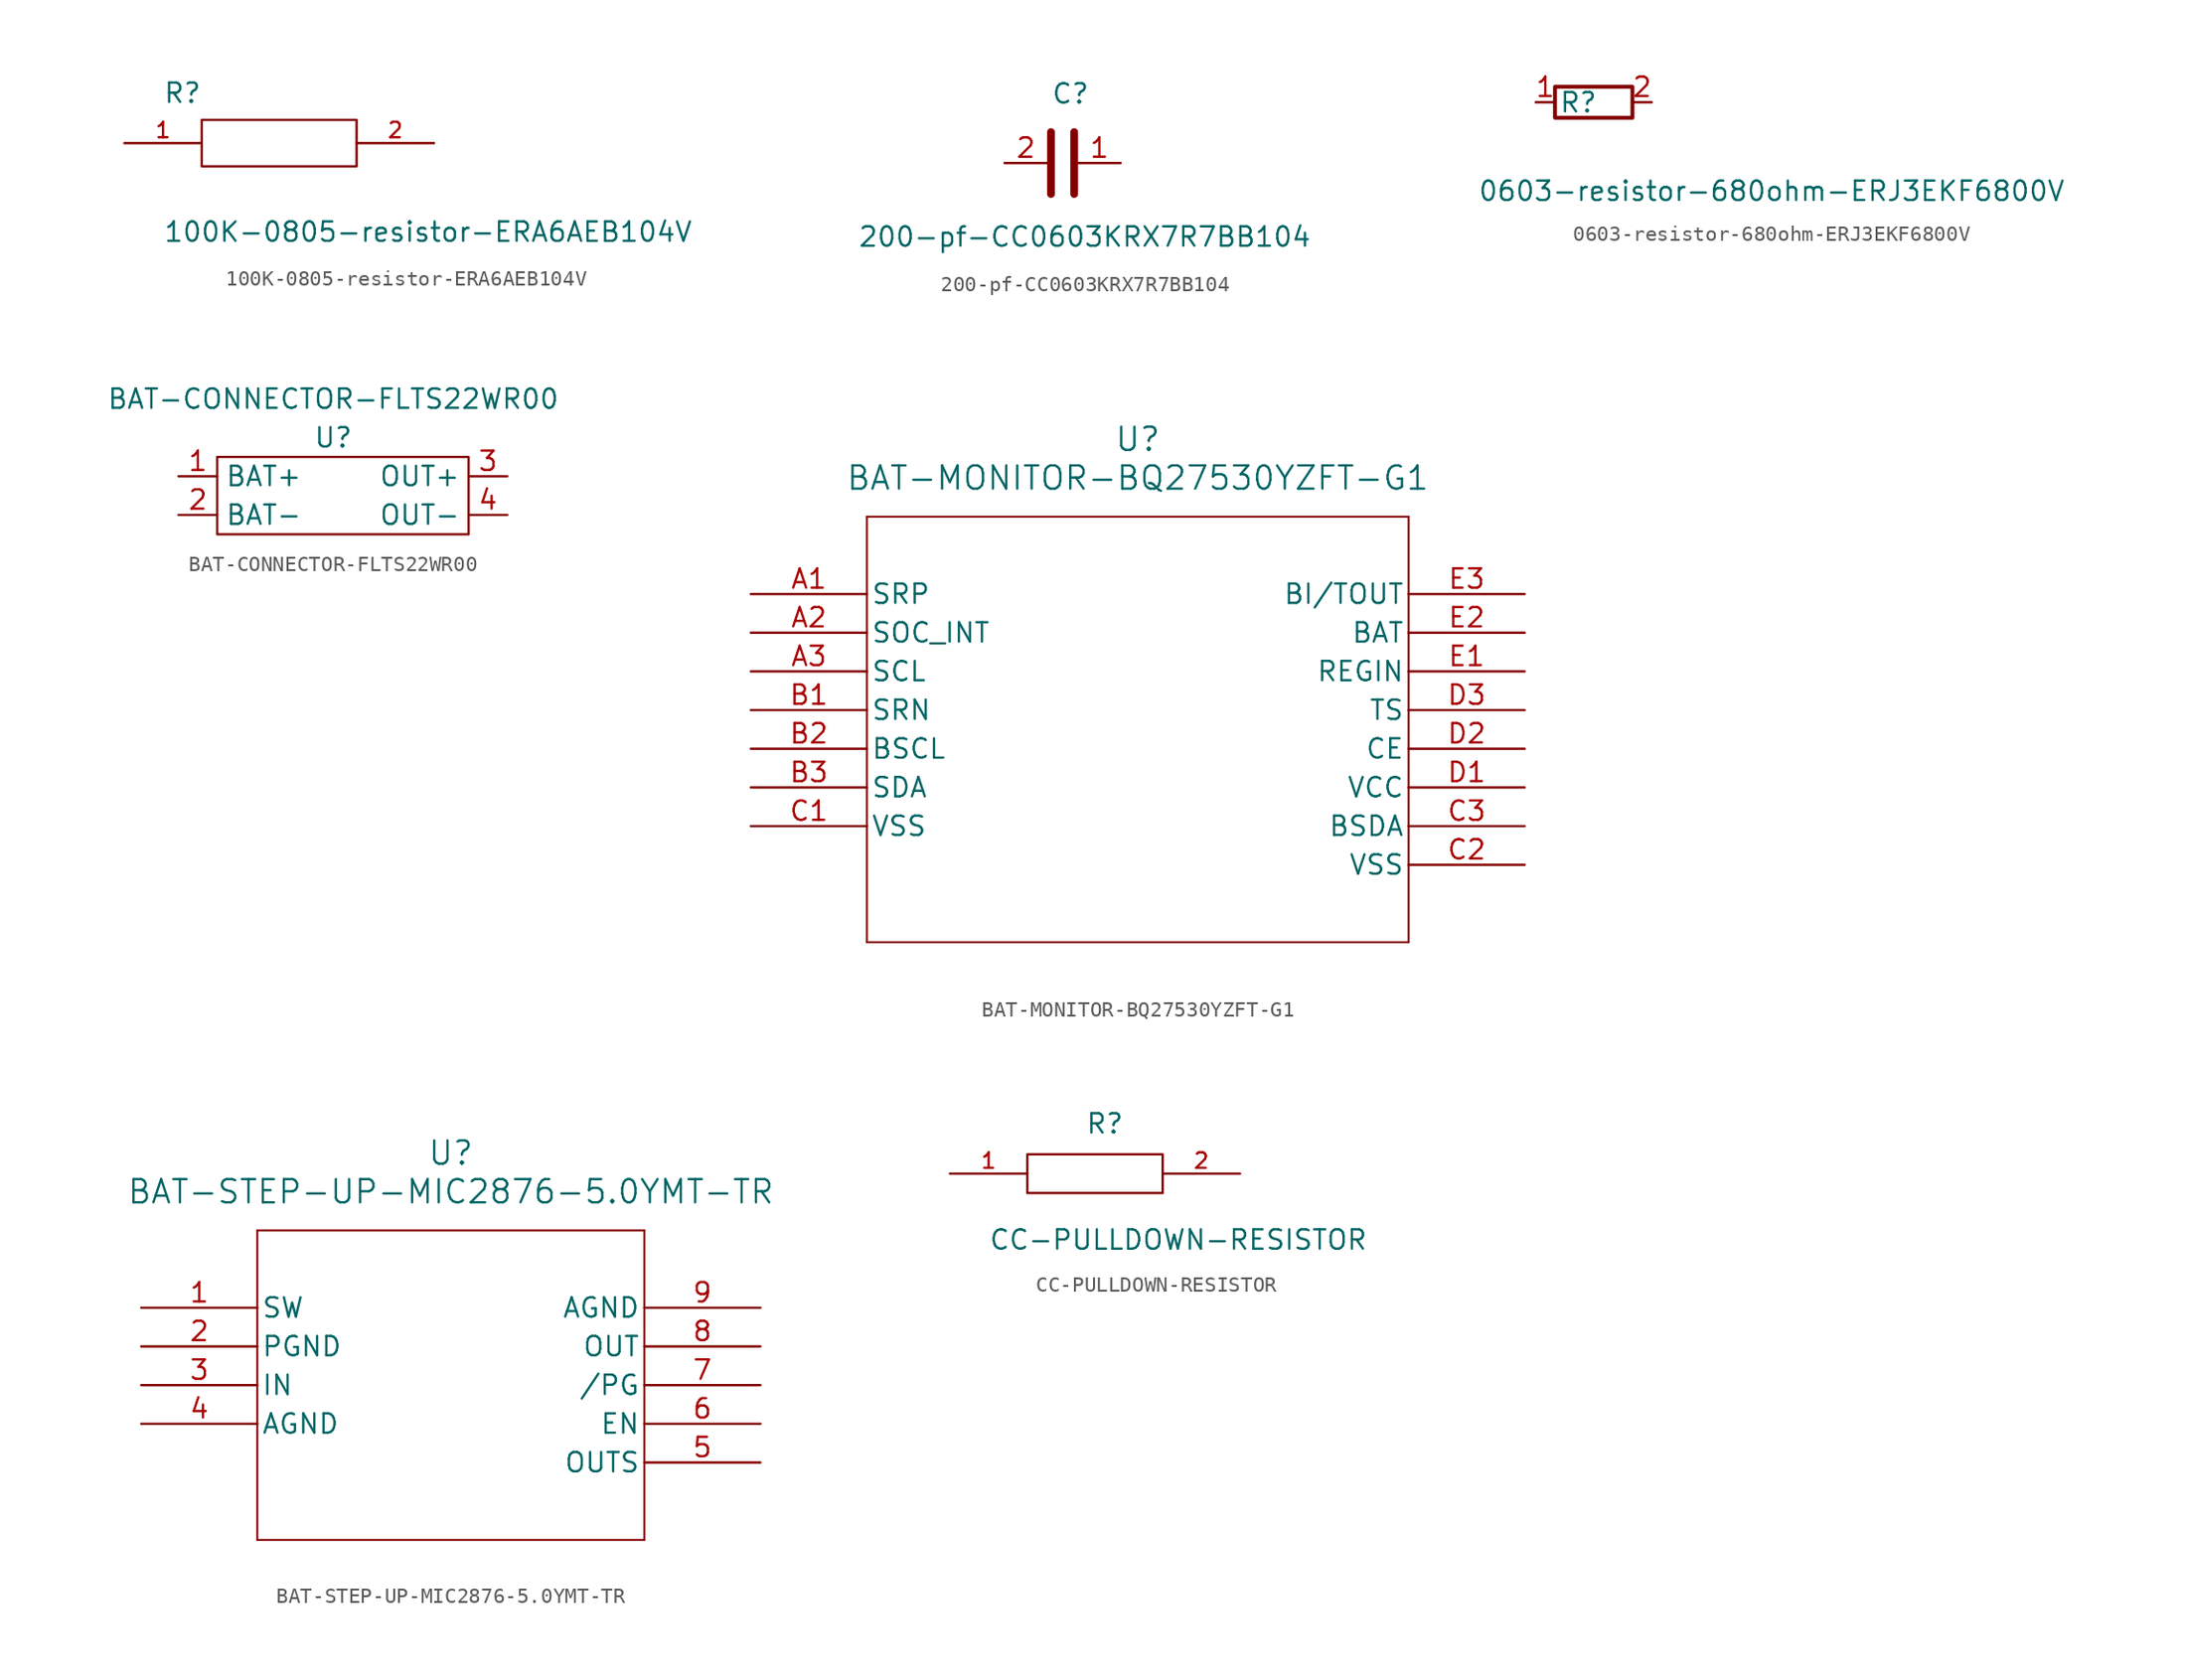
<source format=kicad_sym>
(kicad_symbol_lib
  (version 20241209)
  (generator "kicad_symbol_editor")
  (generator_version "9.0")
  (symbol "100K-0805-resistor-ERA6AEB104V"
    (pin_names
      (offset 1.016))
    (property "Reference" "R"
      (at -7.624 2.541 0)
      (effects (font (size 1.27 1.27)) (justify left bottom)))
    (property "Value" "100K-0805-resistor-ERA6AEB104V"
      (at -7.624 -5.087 0)
      (effects (font (size 1.27 1.27)) (justify left top)))
    (symbol "100K-0805-resistor-ERA6AEB104V_0_0"
      (pin passive line (at -10.16 0 0) (length 5.08) (name "~" (effects (font (size 1.016 1.016)))) (number "1" (effects (font (size 1.016 1.016)))))
      (pin passive line (at 10.16 0 180) (length 5.08) (name "~" (effects (font (size 1.016 1.016)))) (number "2" (effects (font (size 1.016 1.016))))))
    (symbol "100K-0805-resistor-ERA6AEB104V_0_1"
      (rectangle (start -5.08 1.524) (end 5.08 -1.524) (stroke (width 0) (type default)) (fill (type none)))))
  (symbol "200-pf-CC0603KRX7R7BB104"
    (pin_names
      (offset 1.016))
    (property "Reference" "C"
      (at -0.762 3.81 0)
      (effects (font (size 1.27 1.27)) (justify left bottom)))
    (property "Value" "200-pf-CC0603KRX7R7BB104"
      (at -13.462 -5.588 0)
      (effects (font (size 1.27 1.27)) (justify left bottom)))
    (symbol "200-pf-CC0603KRX7R7BB104_0_1"
      (polyline (pts (xy -0.762 2.032) (xy -0.762 -2.032)) (stroke (width 0.508) (type default)) (fill (type none)))
      (polyline (pts (xy 0.762 2.032) (xy 0.762 -2.032)) (stroke (width 0.508) (type default)) (fill (type none))))
    (symbol "200-pf-CC0603KRX7R7BB104_1_1"
      (pin passive line (at -3.81 0 0) (length 2.794) (name "~" (effects (font (size 1.27 1.27)))) (number "2" (effects (font (size 1.27 1.27)))))
      (pin passive line (at 3.81 0 180) (length 2.794) (name "~" (effects (font (size 1.27 1.27)))) (number "1" (effects (font (size 1.27 1.27)))))))
  (symbol "0603-resistor-680ohm-ERJ3EKF6800V"
    (pin_names
      (offset 1.016))
    (property "Reference" "R"
      (at -2.286 -0.762 0)
      (effects (font (size 1.27 1.27)) (justify left bottom)))
    (property "Value" "0603-resistor-680ohm-ERJ3EKF6800V"
      (at -7.624 -5.087 0)
      (effects (font (size 1.27 1.27)) (justify left top)))
    (symbol "0603-resistor-680ohm-ERJ3EKF6800V_0_1"
      (rectangle (start 2.54 -1.016) (end -2.54 1.016) (stroke (width 0.254) (type default)) (fill (type none))))
    (symbol "0603-resistor-680ohm-ERJ3EKF6800V_1_1"
      (pin passive line (at -3.81 0 0) (length 1.27) (name "~" (effects (font (size 1.27 1.27)))) (number "1" (effects (font (size 1.27 1.27)))))
      (pin passive line (at 3.81 0 180) (length 1.27) (name "~" (effects (font (size 1.27 1.27)))) (number "2" (effects (font (size 1.27 1.27)))))))
  (symbol "BAT-CONNECTOR-FLTS22WR00"
    (property "Reference" "U"
      (at 0 0 0)
      (effects (font (size 1.27 1.27))))
    (property "Value" "BAT-CONNECTOR-FLTS22WR00"
      (at 0 2.54 0)
      (effects (font (size 1.27 1.27))))
    (symbol "BAT-CONNECTOR-FLTS22WR00_0_1"
      (rectangle (start -7.62 -1.27) (end 8.89 -6.35) (stroke (width 0) (type default)) (fill (type none))))
    (symbol "BAT-CONNECTOR-FLTS22WR00_1_1"
      (pin passive line (at -10.16 -2.54 0) (length 2.54) (name "BAT+" (effects (font (size 1.27 1.27)))) (number "1" (effects (font (size 1.27 1.27)))))
      (pin passive line (at -10.16 -5.08 0) (length 2.54) (name "BAT-" (effects (font (size 1.27 1.27)))) (number "2" (effects (font (size 1.27 1.27)))))
      (pin passive line (at 11.43 -2.54 180) (length 2.54) (name "OUT+" (effects (font (size 1.27 1.27)))) (number "3" (effects (font (size 1.27 1.27)))))
      (pin passive line (at 11.43 -5.08 180) (length 2.54) (name "OUT-" (effects (font (size 1.27 1.27)))) (number "4" (effects (font (size 1.27 1.27)))))))
  (symbol "BAT-MONITOR-BQ27530YZFT-G1"
    (pin_names
      (offset 0.254))
    (property "Reference" "U"
      (at 25.4 10.16 0)
      (effects (font (size 1.524 1.524))))
    (property "Value" "BAT-MONITOR-BQ27530YZFT-G1"
      (at 25.4 7.62 0)
      (effects (font (size 1.524 1.524))))
    (symbol "BAT-MONITOR-BQ27530YZFT-G1_0_1"
      (polyline (pts (xy 7.62 5.08) (xy 7.62 -22.86)) (stroke (width 0.127) (type default)) (fill (type none)))
      (polyline (pts (xy 7.62 -22.86) (xy 43.18 -22.86)) (stroke (width 0.127) (type default)) (fill (type none)))
      (polyline (pts (xy 43.18 5.08) (xy 7.62 5.08)) (stroke (width 0.127) (type default)) (fill (type none)))
      (polyline (pts (xy 43.18 -22.86) (xy 43.18 5.08)) (stroke (width 0.127) (type default)) (fill (type none)))
      (pin input line (at 0 0 0) (length 7.62) (name "SRP" (effects (font (size 1.27 1.27)))) (number "A1" (effects (font (size 1.27 1.27)))))
      (pin bidirectional line (at 0 -2.54 0) (length 7.62) (name "SOC_INT" (effects (font (size 1.27 1.27)))) (number "A2" (effects (font (size 1.27 1.27)))))
      (pin input line (at 0 -5.08 0) (length 7.62) (name "SCL" (effects (font (size 1.27 1.27)))) (number "A3" (effects (font (size 1.27 1.27)))))
      (pin input line (at 0 -7.62 0) (length 7.62) (name "SRN" (effects (font (size 1.27 1.27)))) (number "B1" (effects (font (size 1.27 1.27)))))
      (pin output line (at 0 -10.16 0) (length 7.62) (name "BSCL" (effects (font (size 1.27 1.27)))) (number "B2" (effects (font (size 1.27 1.27)))))
      (pin bidirectional line (at 0 -12.7 0) (length 7.62) (name "SDA" (effects (font (size 1.27 1.27)))) (number "B3" (effects (font (size 1.27 1.27)))))
      (pin power_in line (at 0 -15.24 0) (length 7.62) (name "VSS" (effects (font (size 1.27 1.27)))) (number "C1" (effects (font (size 1.27 1.27)))))
      (pin bidirectional line (at 50.8 0 180) (length 7.62) (name "BI/TOUT" (effects (font (size 1.27 1.27)))) (number "E3" (effects (font (size 1.27 1.27)))))
      (pin input line (at 50.8 -2.54 180) (length 7.62) (name "BAT" (effects (font (size 1.27 1.27)))) (number "E2" (effects (font (size 1.27 1.27)))))
      (pin input line (at 50.8 -5.08 180) (length 7.62) (name "REGIN" (effects (font (size 1.27 1.27)))) (number "E1" (effects (font (size 1.27 1.27)))))
      (pin input line (at 50.8 -7.62 180) (length 7.62) (name "TS" (effects (font (size 1.27 1.27)))) (number "D3" (effects (font (size 1.27 1.27)))))
      (pin input line (at 50.8 -10.16 180) (length 7.62) (name "CE" (effects (font (size 1.27 1.27)))) (number "D2" (effects (font (size 1.27 1.27)))))
      (pin power_in line (at 50.8 -12.7 180) (length 7.62) (name "VCC" (effects (font (size 1.27 1.27)))) (number "D1" (effects (font (size 1.27 1.27)))))
      (pin bidirectional line (at 50.8 -15.24 180) (length 7.62) (name "BSDA" (effects (font (size 1.27 1.27)))) (number "C3" (effects (font (size 1.27 1.27)))))
      (pin power_in line (at 50.8 -17.78 180) (length 7.62) (name "VSS" (effects (font (size 1.27 1.27)))) (number "C2" (effects (font (size 1.27 1.27)))))))
  (symbol "BAT-STEP-UP-MIC2876-5.0YMT-TR"
    (pin_names
      (offset 0.254))
    (property "Reference" "U"
      (at 20.32 10.16 0)
      (effects (font (size 1.524 1.524))))
    (property "Value" "BAT-STEP-UP-MIC2876-5.0YMT-TR"
      (at 20.32 7.62 0)
      (effects (font (size 1.524 1.524))))
    (symbol "BAT-STEP-UP-MIC2876-5.0YMT-TR_0_1"
      (polyline (pts (xy 7.62 5.08) (xy 7.62 -15.24)) (stroke (width 0.127) (type default)) (fill (type none)))
      (polyline (pts (xy 7.62 -15.24) (xy 33.02 -15.24)) (stroke (width 0.127) (type default)) (fill (type none)))
      (polyline (pts (xy 33.02 5.08) (xy 7.62 5.08)) (stroke (width 0.127) (type default)) (fill (type none)))
      (polyline (pts (xy 33.02 -15.24) (xy 33.02 5.08)) (stroke (width 0.127) (type default)) (fill (type none)))
      (pin power_in line (at 0 0 0) (length 7.62) (name "SW" (effects (font (size 1.27 1.27)))) (number "1" (effects (font (size 1.27 1.27)))))
      (pin power_out line (at 0 -2.54 0) (length 7.62) (name "PGND" (effects (font (size 1.27 1.27)))) (number "2" (effects (font (size 1.27 1.27)))))
      (pin power_in line (at 0 -5.08 0) (length 7.62) (name "IN" (effects (font (size 1.27 1.27)))) (number "3" (effects (font (size 1.27 1.27)))))
      (pin power_out line (at 0 -7.62 0) (length 7.62) (name "AGND" (effects (font (size 1.27 1.27)))) (number "4" (effects (font (size 1.27 1.27)))))
      (pin power_out line (at 40.64 0 180) (length 7.62) (name "AGND" (effects (font (size 1.27 1.27)))) (number "9" (effects (font (size 1.27 1.27)))))
      (pin power_in line (at 40.64 -2.54 180) (length 7.62) (name "OUT" (effects (font (size 1.27 1.27)))) (number "8" (effects (font (size 1.27 1.27)))))
      (pin output line (at 40.64 -5.08 180) (length 7.62) (name "/PG" (effects (font (size 1.27 1.27)))) (number "7" (effects (font (size 1.27 1.27)))))
      (pin input line (at 40.64 -7.62 180) (length 7.62) (name "EN" (effects (font (size 1.27 1.27)))) (number "6" (effects (font (size 1.27 1.27)))))
      (pin unspecified line (at 40.64 -10.16 180) (length 7.62) (name "OUTS" (effects (font (size 1.27 1.27)))) (number "5" (effects (font (size 1.27 1.27)))))))
  (symbol "CC-PULLDOWN-RESISTOR"
    (pin_names
      (offset 1.016))
    (property "Reference" "R"
      (at -1.27 2.54 0)
      (effects (font (size 1.27 1.27)) (justify left bottom)))
    (property "Value" "CC-PULLDOWN-RESISTOR"
      (at -7.63 -5.087 0)
      (effects (font (size 1.27 1.27)) (justify left bottom)))
    (symbol "CC-PULLDOWN-RESISTOR_0_0"
      (pin passive line (at -10.16 0 0) (length 5.08) (name "~" (effects (font (size 1.016 1.016)))) (number "1" (effects (font (size 1.016 1.016)))))
      (pin passive line (at 8.89 0 180) (length 5.08) (name "~" (effects (font (size 1.016 1.016)))) (number "2" (effects (font (size 1.016 1.016))))))
    (symbol "CC-PULLDOWN-RESISTOR_0_1"
      (rectangle (start -5.08 1.27) (end 3.81 -1.27) (stroke (width 0) (type default)) (fill (type none))))))
</source>
